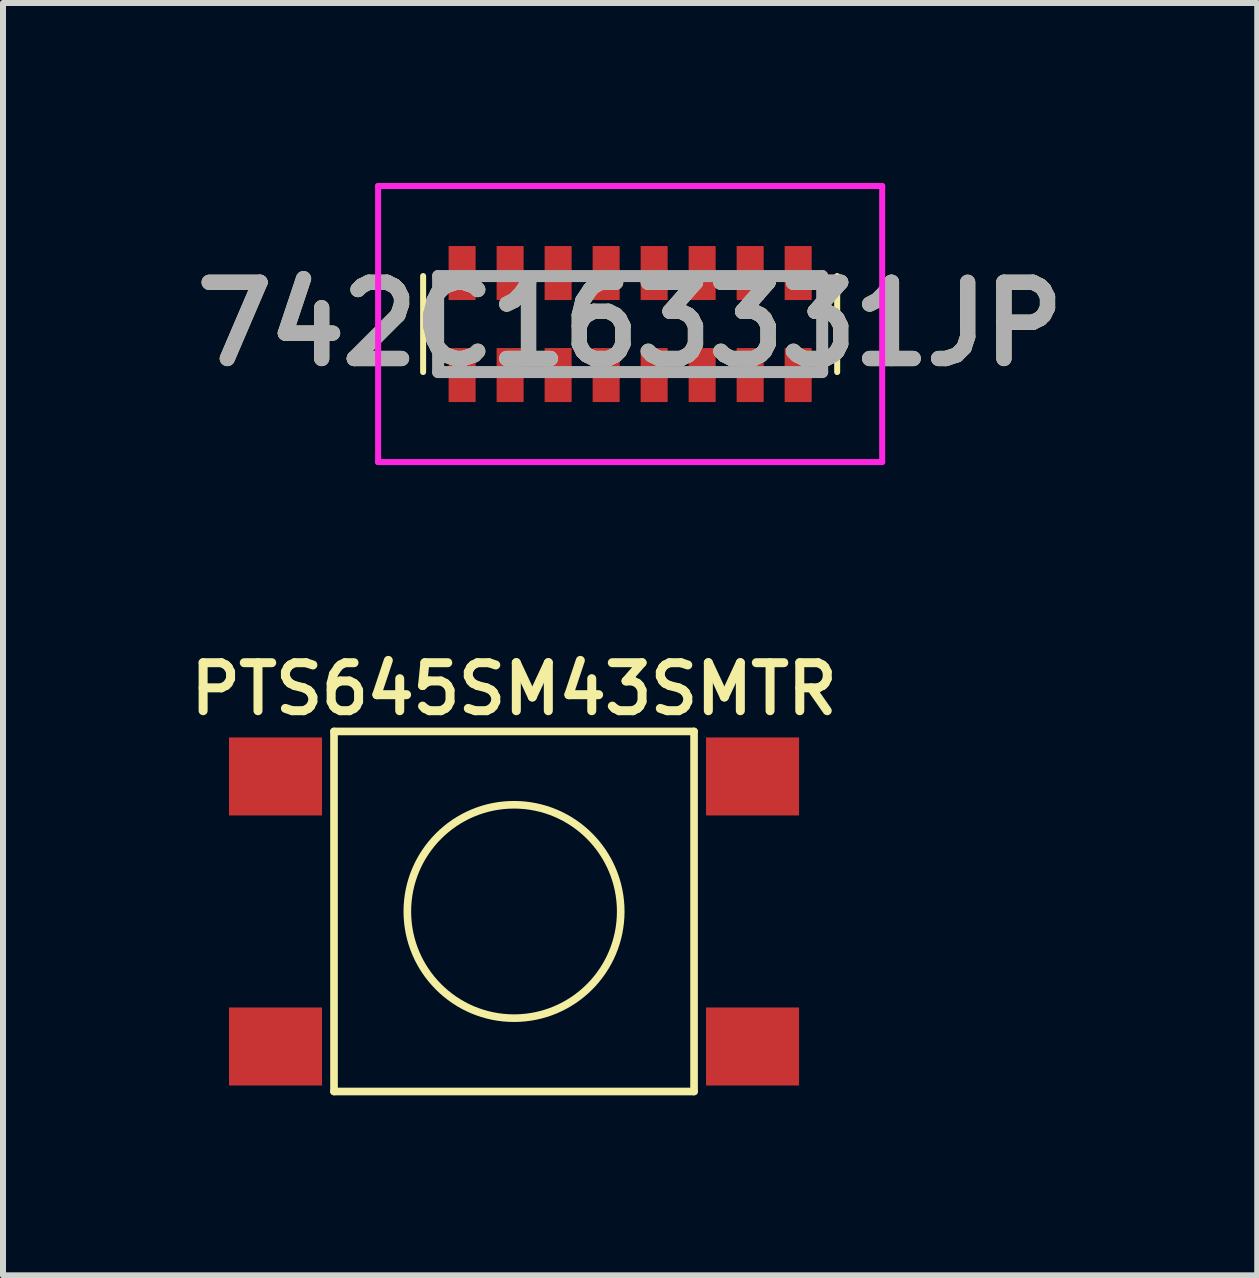
<source format=kicad_pcb>
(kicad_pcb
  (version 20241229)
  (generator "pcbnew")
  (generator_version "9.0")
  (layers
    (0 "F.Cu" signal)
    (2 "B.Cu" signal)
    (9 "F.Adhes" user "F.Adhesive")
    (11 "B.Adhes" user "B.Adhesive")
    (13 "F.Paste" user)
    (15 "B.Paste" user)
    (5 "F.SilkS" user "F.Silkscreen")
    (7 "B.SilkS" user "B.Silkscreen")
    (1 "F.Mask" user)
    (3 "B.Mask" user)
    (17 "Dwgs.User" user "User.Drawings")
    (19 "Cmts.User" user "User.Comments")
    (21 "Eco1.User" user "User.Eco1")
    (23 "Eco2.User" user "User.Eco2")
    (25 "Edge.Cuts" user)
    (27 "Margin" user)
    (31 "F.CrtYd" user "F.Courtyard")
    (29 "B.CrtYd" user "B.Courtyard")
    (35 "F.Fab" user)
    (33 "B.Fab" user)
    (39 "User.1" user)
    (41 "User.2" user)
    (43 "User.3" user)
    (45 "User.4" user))
  (footprint "742C163331JP"
    (layer "F.Cu")
    (at 7.451 2.35)
    (property "Reference" "742C163331JP" (at 0 0 0) (layer "F.SilkS") (effects (font (size 1.27 1.27) (thickness 0.254))))
    (attr smd)
    (fp_line (start -3.45 -0.8) (end -3.45 0.8) (stroke (width 0.1) (type solid)) (layer "F.SilkS"))
    (fp_line (start 3.45 -0.8) (end 3.45 0.8) (stroke (width 0.1) (type solid)) (layer "F.SilkS"))
    (fp_line (start -4.2 -2.3) (end 4.2 -2.3) (stroke (width 0.1) (type solid)) (layer "F.CrtYd"))
    (fp_line (start -4.2 2.3) (end -4.2 -2.3) (stroke (width 0.1) (type solid)) (layer "F.CrtYd"))
    (fp_line (start 4.2 -2.3) (end 4.2 2.3) (stroke (width 0.1) (type solid)) (layer "F.CrtYd"))
    (fp_line (start 4.2 2.3) (end -4.2 2.3) (stroke (width 0.1) (type solid)) (layer "F.CrtYd"))
    (fp_line (start -3.2 -0.8) (end 3.2 -0.8) (stroke (width 0.2) (type solid)) (layer "F.Fab"))
    (fp_line (start -3.2 0.8) (end -3.2 -0.8) (stroke (width 0.2) (type solid)) (layer "F.Fab"))
    (fp_line (start 3.2 -0.8) (end 3.2 0.8) (stroke (width 0.2) (type solid)) (layer "F.Fab"))
    (fp_line (start 3.2 0.8) (end -3.2 0.8) (stroke (width 0.2) (type solid)) (layer "F.Fab"))
    (fp_text user "${REFERENCE}" (at 0 0 0) (layer "F.Fab") (effects (font (size 1.27 1.27) (thickness 0.254))))
    (pad "1" smd rect (at -2.8 0.85) (size 0.45 0.9) (layers "F.Cu" "F.Mask" "F.Paste"))
    (pad "2" smd rect (at -2 0.85) (size 0.45 0.9) (layers "F.Cu" "F.Mask" "F.Paste"))
    (pad "3" smd rect (at -1.2 0.85) (size 0.45 0.9) (layers "F.Cu" "F.Mask" "F.Paste"))
    (pad "4" smd rect (at -0.4 0.85) (size 0.45 0.9) (layers "F.Cu" "F.Mask" "F.Paste"))
    (pad "5" smd rect (at 0.4 0.85) (size 0.45 0.9) (layers "F.Cu" "F.Mask" "F.Paste"))
    (pad "6" smd rect (at 1.2 0.85) (size 0.45 0.9) (layers "F.Cu" "F.Mask" "F.Paste"))
    (pad "7" smd rect (at 2 0.85) (size 0.45 0.9) (layers "F.Cu" "F.Mask" "F.Paste"))
    (pad "8" smd rect (at 2.8 0.85) (size 0.45 0.9) (layers "F.Cu" "F.Mask" "F.Paste"))
    (pad "9" smd rect (at 2.8 -0.85) (size 0.45 0.9) (layers "F.Cu" "F.Mask" "F.Paste"))
    (pad "10" smd rect (at 2 -0.85) (size 0.45 0.9) (layers "F.Cu" "F.Mask" "F.Paste"))
    (pad "11" smd rect (at 1.2 -0.85) (size 0.45 0.9) (layers "F.Cu" "F.Mask" "F.Paste"))
    (pad "12" smd rect (at 0.4 -0.85) (size 0.45 0.9) (layers "F.Cu" "F.Mask" "F.Paste"))
    (pad "13" smd rect (at -0.4 -0.85) (size 0.45 0.9) (layers "F.Cu" "F.Mask" "F.Paste"))
    (pad "14" smd rect (at -1.2 -0.85) (size 0.45 0.9) (layers "F.Cu" "F.Mask" "F.Paste"))
    (pad "15" smd rect (at -2 -0.85) (size 0.45 0.9) (layers "F.Cu" "F.Mask" "F.Paste"))
    (pad "16" smd rect (at -2.8 -0.85) (size 0.45 0.9) (layers "F.Cu" "F.Mask" "F.Paste")))
  (footprint "PTS645SM43SMTR"
    (layer "F.Cu")
    (at 5.516 12.139)
    (property "Reference" "PTS645SM43SMTR" (at 0 -3.708 0) (layer "F.SilkS") (effects (font (size 0.8 0.8) (thickness 0.15))))
    (attr smd)
    (fp_line (start -3 -3) (end -3 3) (stroke (width 0.127) (type solid)) (layer "F.SilkS"))
    (fp_line (start -3 3) (end 3 3) (stroke (width 0.127) (type solid)) (layer "F.SilkS"))
    (fp_line (start 3 -3) (end -3 -3) (stroke (width 0.127) (type solid)) (layer "F.SilkS"))
    (fp_line (start 3 3) (end 3 -3) (stroke (width 0.127) (type solid)) (layer "F.SilkS"))
    (fp_circle (center 0 0) (end 1.778 0) (stroke (width 0.127) (type solid)) (fill no) (layer "F.SilkS"))
    (pad "1" smd rect (at -3.975 -2.25) (size 1.55 1.3) (layers "F.Cu" "F.Mask" "F.Paste"))
    (pad "2" smd rect (at 3.975 -2.25) (size 1.55 1.3) (layers "F.Cu" "F.Mask" "F.Paste"))
    (pad "3" smd rect (at -3.975 2.25) (size 1.55 1.3) (layers "F.Cu" "F.Mask" "F.Paste"))
    (pad "4" smd rect (at 3.975 2.25) (size 1.55 1.3) (layers "F.Cu" "F.Mask" "F.Paste")))
  (gr_rect
    (start -3 -3)
    (end 17.901 18.203)
    (stroke (width 0.1) (type default))
    (fill no)
    (layer "Edge.Cuts")))
</source>
